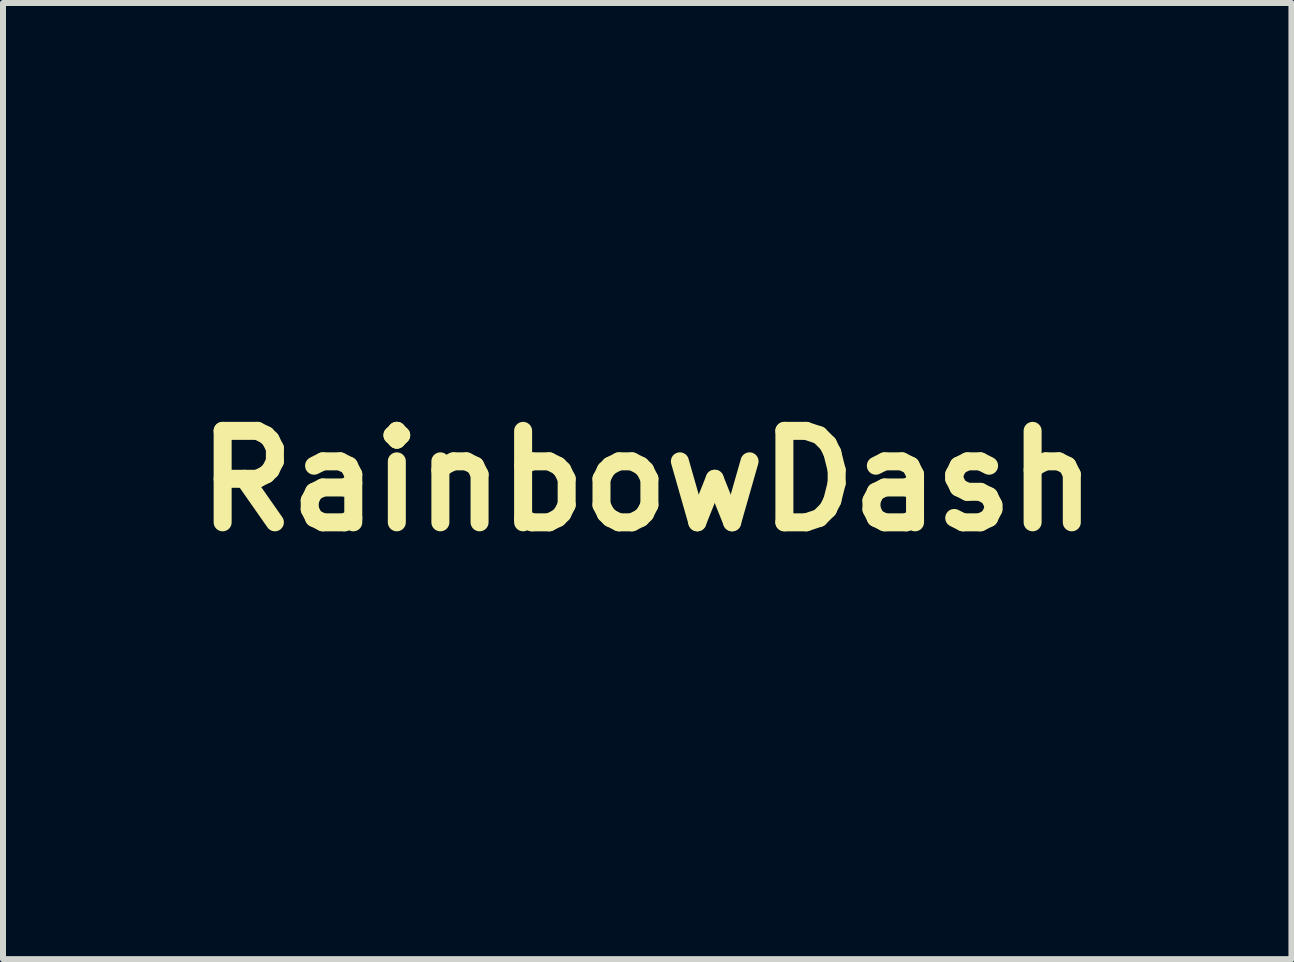
<source format=kicad_pcb>
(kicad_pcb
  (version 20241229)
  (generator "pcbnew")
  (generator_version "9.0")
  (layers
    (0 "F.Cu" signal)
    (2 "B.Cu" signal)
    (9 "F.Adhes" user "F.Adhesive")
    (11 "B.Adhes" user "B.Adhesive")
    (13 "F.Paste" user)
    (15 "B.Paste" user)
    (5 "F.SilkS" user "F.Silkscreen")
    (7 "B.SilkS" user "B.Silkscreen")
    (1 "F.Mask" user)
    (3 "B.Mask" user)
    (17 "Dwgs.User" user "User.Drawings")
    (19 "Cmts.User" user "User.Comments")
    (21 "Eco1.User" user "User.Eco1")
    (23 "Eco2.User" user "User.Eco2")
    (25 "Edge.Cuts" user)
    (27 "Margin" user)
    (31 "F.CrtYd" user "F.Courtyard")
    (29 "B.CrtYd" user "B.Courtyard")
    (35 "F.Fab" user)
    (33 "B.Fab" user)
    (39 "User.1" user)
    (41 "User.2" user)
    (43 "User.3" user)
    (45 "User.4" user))
  (footprint "RainbowDash"
    (layer "F.Cu")
    (at 7.736 4.965)
    (property "Reference" "RainbowDash" (at 0 0 0) (layer "F.SilkS") (effects (font (size 1.524 1.524) (thickness 0.3))))
    (attr through_hole)
    (fp_poly (pts (xy 0.09 1.2) (xy 0.095 1.206) (xy 0.099 1.216) (xy 0.1 1.225) (xy 0.103 1.245) (xy 0.109 1.267) (xy 0.115 1.287) (xy 0.12 1.298) (xy 0.132 1.317) (xy 0.149 1.336) (xy 0.17 1.353) (xy 0.197 1.37) (xy 0.229 1.386) (xy 0.25 1.396) (xy 0.261 1.401) (xy 0.269 1.404) (xy 0.273 1.407) (xy 0.276 1.41) (xy 0.276 1.413) (xy 0.276 1.419) (xy 0.271 1.422) (xy 0.271 1.422) (xy 0.267 1.423) (xy 0.258 1.425) (xy 0.246 1.426) (xy 0.231 1.428) (xy 0.214 1.431) (xy 0.196 1.433) (xy 0.177 1.435) (xy 0.159 1.437) (xy 0.141 1.439) (xy 0.125 1.44) (xy 0.111 1.442) (xy 0.101 1.442) (xy 0.095 1.443) (xy 0.085 1.442) (xy 0.074 1.44) (xy 0.069 1.439) (xy 0.052 1.431) (xy 0.037 1.421) (xy 0.026 1.407) (xy 0.017 1.392) (xy 0.013 1.375) (xy 0.013 1.37) (xy 0.013 1.365) (xy 0.014 1.359) (xy 0.016 1.352) (xy 0.019 1.343) (xy 0.023 1.332) (xy 0.028 1.317) (xy 0.035 1.298) (xy 0.042 1.281) (xy 0.049 1.262) (xy 0.056 1.245) (xy 0.062 1.23) (xy 0.068 1.218) (xy 0.072 1.208) (xy 0.075 1.203) (xy 0.075 1.202) (xy 0.083 1.199) (xy 0.09 1.2)) (stroke (width 0.01) (type solid)) (fill yes) (layer "F.Mask"))
    (fp_poly (pts (xy -0.886 -4.185) (xy -0.884 -4.182) (xy -0.885 -4.18) (xy -0.888 -4.176) (xy -0.893 -4.17) (xy -0.9 -4.161) (xy -0.91 -4.151) (xy -0.924 -4.137) (xy -0.94 -4.121) (xy -0.959 -4.102) (xy -1.008 -4.052) (xy -1.054 -4.006) (xy -1.095 -3.962) (xy -1.133 -3.921) (xy -1.156 -3.895) (xy -1.173 -3.875) (xy -1.188 -3.858) (xy -1.201 -3.842) (xy -1.213 -3.827) (xy -1.225 -3.811) (xy -1.237 -3.793) (xy -1.248 -3.778) (xy -1.268 -3.749) (xy -1.286 -3.724) (xy -1.302 -3.701) (xy -1.316 -3.681) (xy -1.33 -3.662) (xy -1.344 -3.644) (xy -1.358 -3.627) (xy -1.372 -3.609) (xy -1.388 -3.589) (xy -1.405 -3.568) (xy -1.408 -3.565) (xy -1.426 -3.543) (xy -1.445 -3.518) (xy -1.465 -3.492) (xy -1.485 -3.466) (xy -1.504 -3.441) (xy -1.522 -3.416) (xy -1.538 -3.395) (xy -1.548 -3.379) (xy -1.555 -3.368) (xy -1.564 -3.353) (xy -1.575 -3.334) (xy -1.587 -3.311) (xy -1.6 -3.285) (xy -1.615 -3.257) (xy -1.631 -3.226) (xy -1.647 -3.193) (xy -1.664 -3.159) (xy -1.681 -3.124) (xy -1.698 -3.088) (xy -1.716 -3.052) (xy -1.733 -3.016) (xy -1.749 -2.98) (xy -1.765 -2.945) (xy -1.774 -2.927) (xy -1.792 -2.886) (xy -1.812 -2.84) (xy -1.833 -2.792) (xy -1.854 -2.742) (xy -1.875 -2.692) (xy -1.896 -2.642) (xy -1.915 -2.594) (xy -1.929 -2.56) (xy -1.936 -2.542) (xy -1.942 -2.529) (xy -1.946 -2.52) (xy -1.95 -2.513) (xy -1.952 -2.509) (xy -1.955 -2.507) (xy -1.955 -2.507) (xy -1.961 -2.505) (xy -1.965 -2.505) (xy -1.97 -2.508) (xy -1.972 -2.51) (xy -1.977 -2.515) (xy -1.979 -2.519) (xy -1.979 -2.519) (xy -1.978 -2.523) (xy -1.976 -2.531) (xy -1.973 -2.543) (xy -1.97 -2.558) (xy -1.965 -2.576) (xy -1.96 -2.596) (xy -1.955 -2.618) (xy -1.949 -2.64) (xy -1.943 -2.663) (xy -1.938 -2.686) (xy -1.932 -2.708) (xy -1.926 -2.729) (xy -1.921 -2.748) (xy -1.917 -2.765) (xy -1.913 -2.778) (xy -1.911 -2.784) (xy -1.901 -2.817) (xy -1.891 -2.852) (xy -1.879 -2.889) (xy -1.865 -2.929) (xy -1.851 -2.971) (xy -1.834 -3.017) (xy -1.816 -3.066) (xy -1.798 -3.114) (xy -1.776 -3.174) (xy -1.755 -3.229) (xy -1.734 -3.281) (xy -1.715 -3.329) (xy -1.697 -3.374) (xy -1.68 -3.414) (xy -1.665 -3.449) (xy -1.651 -3.481) (xy -1.638 -3.508) (xy -1.626 -3.531) (xy -1.616 -3.548) (xy -1.608 -3.562) (xy -1.607 -3.563) (xy -1.592 -3.582) (xy -1.573 -3.604) (xy -1.551 -3.628) (xy -1.525 -3.655) (xy -1.496 -3.684) (xy -1.465 -3.714) (xy -1.431 -3.747) (xy -1.395 -3.78) (xy -1.357 -3.814) (xy -1.317 -3.85) (xy -1.276 -3.885) (xy -1.234 -3.921) (xy -1.191 -3.957) (xy -1.147 -3.993) (xy -1.104 -4.029) (xy -1.06 -4.063) (xy -1.041 -4.078) (xy -1.014 -4.099) (xy -0.99 -4.118) (xy -0.967 -4.135) (xy -0.946 -4.15) (xy -0.929 -4.163) (xy -0.914 -4.173) (xy -0.903 -4.181) (xy -0.894 -4.186) (xy -0.89 -4.188) (xy -0.889 -4.188) (xy -0.886 -4.185)) (stroke (width 0.01) (type solid)) (fill yes) (layer "F.Mask"))
    (fp_poly (pts (xy -2.549 -1.946) (xy -2.538 -1.94) (xy -2.538 -1.94) (xy -2.533 -1.936) (xy -2.527 -1.927) (xy -2.518 -1.915) (xy -2.508 -1.898) (xy -2.495 -1.878) (xy -2.481 -1.853) (xy -2.464 -1.824) (xy -2.446 -1.79) (xy -2.425 -1.752) (xy -2.402 -1.71) (xy -2.378 -1.664) (xy -2.351 -1.612) (xy -2.342 -1.595) (xy -2.326 -1.566) (xy -2.313 -1.54) (xy -2.302 -1.519) (xy -2.292 -1.5) (xy -2.284 -1.485) (xy -2.277 -1.473) (xy -2.271 -1.463) (xy -2.266 -1.454) (xy -2.262 -1.448) (xy -2.259 -1.443) (xy -2.255 -1.438) (xy -2.252 -1.434) (xy -2.248 -1.43) (xy -2.247 -1.428) (xy -2.244 -1.425) (xy -2.237 -1.419) (xy -2.227 -1.409) (xy -2.214 -1.396) (xy -2.197 -1.38) (xy -2.178 -1.362) (xy -2.156 -1.34) (xy -2.13 -1.315) (xy -2.102 -1.288) (xy -2.072 -1.259) (xy -2.039 -1.227) (xy -2.004 -1.192) (xy -1.966 -1.156) (xy -1.926 -1.118) (xy -1.885 -1.077) (xy -1.841 -1.035) (xy -1.796 -0.991) (xy -1.749 -0.946) (xy -1.701 -0.899) (xy -1.651 -0.851) (xy -1.6 -0.801) (xy -1.548 -0.751) (xy -1.495 -0.699) (xy -1.44 -0.647) (xy -1.412 -0.62) (xy -1.347 -0.556) (xy -1.285 -0.497) (xy -1.227 -0.44) (xy -1.172 -0.387) (xy -1.12 -0.337) (xy -1.071 -0.29) (xy -1.026 -0.246) (xy -0.983 -0.204) (xy -0.943 -0.166) (xy -0.906 -0.13) (xy -0.871 -0.097) (xy -0.839 -0.066) (xy -0.81 -0.037) (xy -0.783 -0.011) (xy -0.758 0.013) (xy -0.735 0.035) (xy -0.714 0.055) (xy -0.695 0.073) (xy -0.678 0.09) (xy -0.662 0.104) (xy -0.648 0.117) (xy -0.636 0.129) (xy -0.625 0.139) (xy -0.615 0.148) (xy -0.607 0.156) (xy -0.599 0.163) (xy -0.593 0.169) (xy -0.587 0.174) (xy -0.583 0.178) (xy -0.579 0.181) (xy -0.575 0.184) (xy -0.572 0.186) (xy -0.569 0.188) (xy -0.568 0.189) (xy -0.545 0.204) (xy -0.52 0.217) (xy -0.496 0.228) (xy -0.473 0.237) (xy -0.467 0.239) (xy -0.454 0.243) (xy -0.44 0.245) (xy -0.424 0.245) (xy -0.424 0.245) (xy -0.412 0.245) (xy -0.404 0.244) (xy -0.396 0.243) (xy -0.389 0.24) (xy -0.383 0.237) (xy -0.359 0.223) (xy -0.334 0.205) (xy -0.309 0.182) (xy -0.282 0.153) (xy -0.255 0.12) (xy -0.234 0.091) (xy -0.227 0.083) (xy -0.222 0.076) (xy -0.218 0.071) (xy -0.217 0.07) (xy -0.211 0.069) (xy -0.203 0.07) (xy -0.196 0.073) (xy -0.192 0.076) (xy -0.19 0.079) (xy -0.189 0.082) (xy -0.189 0.087) (xy -0.189 0.093) (xy -0.19 0.102) (xy -0.192 0.115) (xy -0.2 0.163) (xy -0.21 0.207) (xy -0.223 0.247) (xy -0.24 0.283) (xy -0.259 0.316) (xy -0.282 0.346) (xy -0.308 0.373) (xy -0.337 0.397) (xy -0.354 0.409) (xy -0.378 0.424) (xy -0.401 0.434) (xy -0.421 0.44) (xy -0.441 0.442) (xy -0.461 0.439) (xy -0.465 0.438) (xy -0.48 0.434) (xy -0.497 0.427) (xy -0.514 0.418) (xy -0.529 0.409) (xy -0.534 0.406) (xy -0.538 0.403) (xy -0.544 0.397) (xy -0.554 0.387) (xy -0.567 0.375) (xy -0.583 0.36) (xy -0.601 0.343) (xy -0.621 0.323) (xy -0.643 0.302) (xy -0.667 0.278) (xy -0.693 0.254) (xy -0.719 0.227) (xy -0.747 0.2) (xy -0.775 0.173) (xy -0.804 0.145) (xy -0.831 0.118) (xy -0.858 0.092) (xy -0.882 0.068) (xy -0.906 0.046) (xy -0.927 0.025) (xy -0.946 0.007) (xy -0.963 -0.01) (xy -0.978 -0.023) (xy -0.989 -0.034) (xy -0.998 -0.043) (xy -1.004 -0.048) (xy -1.006 -0.049) (xy -1.006 -0.049) (xy -1.007 -0.046) (xy -1.008 -0.039) (xy -1.01 -0.029) (xy -1.01 -0.025) (xy -1.018 0.014) (xy -1.028 0.056) (xy -1.042 0.1) (xy -1.058 0.145) (xy -1.077 0.189) (xy -1.097 0.233) (xy -1.12 0.275) (xy -1.137 0.304) (xy -1.148 0.32) (xy -1.16 0.339) (xy -1.174 0.358) (xy -1.188 0.379) (xy -1.204 0.401) (xy -1.219 0.422) (xy -1.235 0.444) (xy -1.25 0.464) (xy -1.265 0.484) (xy -1.278 0.502) (xy -1.291 0.518) (xy -1.302 0.531) (xy -1.311 0.542) (xy -1.318 0.55) (xy -1.322 0.554) (xy -1.323 0.554) (xy -1.327 0.555) (xy -1.335 0.555) (xy -1.347 0.556) (xy -1.362 0.556) (xy -1.378 0.556) (xy -1.395 0.556) (xy -1.412 0.555) (xy -1.428 0.555) (xy -1.443 0.554) (xy -1.456 0.554) (xy -1.459 0.553) (xy -1.486 0.551) (xy -1.513 0.547) (xy -1.541 0.541) (xy -1.57 0.534) (xy -1.602 0.525) (xy -1.637 0.514) (xy -1.642 0.512) (xy -1.703 0.49) (xy -1.762 0.466) (xy -1.819 0.441) (xy -1.872 0.414) (xy -1.921 0.386) (xy -1.956 0.364) (xy -2.004 0.33) (xy -2.051 0.29) (xy -2.098 0.245) (xy -2.143 0.196) (xy -2.187 0.141) (xy -2.231 0.082) (xy -2.252 0.051) (xy -2.27 0.023) (xy -2.286 -0.003) (xy -2.302 -0.03) (xy -2.318 -0.059) (xy -2.334 -0.089) (xy -2.351 -0.123) (xy -2.352 -0.125) (xy -2.361 -0.144) (xy -1.345 -0.144) (xy -1.344 -0.119) (xy -1.344 -0.116) (xy -1.338 -0.089) (xy -1.328 -0.065) (xy -1.315 -0.042) (xy -1.299 -0.023) (xy -1.28 -0.007) (xy -1.259 0.005) (xy -1.239 0.012) (xy -1.224 0.014) (xy -1.21 0.015) (xy -1.196 0.012) (xy -1.193 0.011) (xy -1.172 0.004) (xy -1.154 -0.007) (xy -1.136 -0.022) (xy -1.122 -0.039) (xy -1.11 -0.059) (xy -1.1 -0.083) (xy -1.093 -0.111) (xy -1.091 -0.117) (xy -1.088 -0.134) (xy -1.169 -0.212) (xy -1.185 -0.229) (xy -1.201 -0.244) (xy -1.216 -0.258) (xy -1.228 -0.27) (xy -1.239 -0.279) (xy -1.247 -0.286) (xy -1.252 -0.291) (xy -1.253 -0.292) (xy -1.257 -0.29) (xy -1.263 -0.286) (xy -1.271 -0.278) (xy -1.28 -0.269) (xy -1.29 -0.259) (xy -1.299 -0.249) (xy -1.308 -0.239) (xy -1.314 -0.23) (xy -1.318 -0.225) (xy -1.331 -0.198) (xy -1.34 -0.171) (xy -1.345 -0.144) (xy -2.361 -0.144) (xy -2.396 -0.216) (xy -2.435 -0.305) (xy -2.47 -0.393) (xy -2.5 -0.479) (xy -2.526 -0.565) (xy -2.544 -0.636) (xy -1.845 -0.636) (xy -1.845 -0.611) (xy -1.844 -0.587) (xy -1.842 -0.566) (xy -1.839 -0.555) (xy -1.829 -0.514) (xy -1.814 -0.476) (xy -1.795 -0.439) (xy -1.773 -0.406) (xy -1.748 -0.376) (xy -1.736 -0.363) (xy -1.72 -0.35) (xy -1.701 -0.338) (xy -1.679 -0.327) (xy -1.655 -0.316) (xy -1.631 -0.308) (xy -1.607 -0.302) (xy -1.597 -0.3) (xy -1.584 -0.299) (xy -1.568 -0.298) (xy -1.551 -0.299) (xy -1.534 -0.299) (xy -1.519 -0.301) (xy -1.508 -0.303) (xy -1.507 -0.303) (xy -1.481 -0.313) (xy -1.457 -0.327) (xy -1.436 -0.344) (xy -1.418 -0.366) (xy -1.405 -0.39) (xy -1.398 -0.407) (xy -1.392 -0.425) (xy -1.405 -0.438) (xy -1.409 -0.442) (xy -1.416 -0.449) (xy -1.426 -0.459) (xy -1.439 -0.471) (xy -1.455 -0.487) (xy -1.472 -0.504) (xy -1.492 -0.524) (xy -1.514 -0.545) (xy -1.537 -0.568) (xy -1.562 -0.592) (xy -1.587 -0.617) (xy -1.607 -0.636) (xy -1.796 -0.821) (xy -1.806 -0.801) (xy -1.816 -0.779) (xy -1.825 -0.754) (xy -1.833 -0.728) (xy -1.839 -0.703) (xy -1.843 -0.684) (xy -1.845 -0.661) (xy -1.845 -0.636) (xy -2.544 -0.636) (xy -2.547 -0.649) (xy -2.563 -0.732) (xy -2.576 -0.814) (xy -2.578 -0.838) (xy -2.579 -0.849) (xy -2.58 -0.863) (xy -2.581 -0.88) (xy -2.581 -0.899) (xy -2.582 -0.918) (xy -2.582 -0.925) (xy -2.582 -0.945) (xy -2.582 -0.959) (xy -2.583 -0.97) (xy -2.583 -0.978) (xy -2.584 -0.984) (xy -2.585 -0.987) (xy -2.586 -0.989) (xy -2.587 -0.991) (xy -2.59 -0.993) (xy -2.597 -0.997) (xy -2.607 -1.004) (xy -2.621 -1.013) (xy -2.638 -1.024) (xy -2.658 -1.036) (xy -2.68 -1.05) (xy -2.704 -1.065) (xy -2.73 -1.082) (xy -2.757 -1.099) (xy -2.785 -1.116) (xy -2.814 -1.134) (xy -2.841 -1.152) (xy -2.867 -1.168) (xy -2.891 -1.183) (xy -2.913 -1.197) (xy -2.933 -1.21) (xy -2.95 -1.22) (xy -2.964 -1.229) (xy -2.974 -1.236) (xy -2.981 -1.24) (xy -2.984 -1.242) (xy -2.993 -1.251) (xy -2.998 -1.263) (xy -3 -1.272) (xy -2.997 -1.283) (xy -2.991 -1.292) (xy -2.98 -1.299) (xy -2.966 -1.303) (xy -2.949 -1.305) (xy -2.938 -1.305) (xy -2.932 -1.305) (xy -2.927 -1.304) (xy -2.922 -1.303) (xy -2.917 -1.302) (xy -2.911 -1.3) (xy -2.903 -1.297) (xy -2.894 -1.293) (xy -2.883 -1.288) (xy -2.869 -1.282) (xy -2.852 -1.274) (xy -2.832 -1.264) (xy -2.808 -1.252) (xy -2.785 -1.241) (xy -2.74 -1.218) (xy -2.698 -1.196) (xy -2.66 -1.175) (xy -2.63 -1.157) (xy -2.61 -1.145) (xy -2.594 -1.136) (xy -2.581 -1.128) (xy -2.57 -1.123) (xy -2.562 -1.12) (xy -2.556 -1.118) (xy -2.551 -1.118) (xy -2.546 -1.119) (xy -2.542 -1.121) (xy -2.539 -1.123) (xy -2.529 -1.131) (xy -2.519 -1.142) (xy -2.511 -1.155) (xy -2.504 -1.169) (xy -2.502 -1.176) (xy -2.5 -1.185) (xy -2.501 -1.194) (xy -2.502 -1.196) (xy -2.505 -1.2) (xy -2.511 -1.209) (xy -2.521 -1.221) (xy -2.534 -1.236) (xy -2.55 -1.254) (xy -2.564 -1.27) (xy -2.598 -1.307) (xy -2.631 -1.345) (xy -2.664 -1.381) (xy -2.695 -1.416) (xy -2.725 -1.449) (xy -2.753 -1.481) (xy -2.78 -1.511) (xy -2.804 -1.539) (xy -2.826 -1.564) (xy -2.845 -1.586) (xy -2.862 -1.605) (xy -2.875 -1.621) (xy -2.881 -1.628) (xy -2.893 -1.642) (xy -2.901 -1.653) (xy -2.906 -1.663) (xy -2.909 -1.672) (xy -2.911 -1.682) (xy -2.911 -1.688) (xy -2.909 -1.704) (xy -2.903 -1.719) (xy -2.895 -1.731) (xy -2.884 -1.74) (xy -2.871 -1.746) (xy -2.858 -1.747) (xy -2.846 -1.745) (xy -2.842 -1.742) (xy -2.834 -1.736) (xy -2.823 -1.727) (xy -2.81 -1.715) (xy -2.794 -1.7) (xy -2.776 -1.683) (xy -2.756 -1.663) (xy -2.734 -1.642) (xy -2.71 -1.619) (xy -2.686 -1.595) (xy -2.661 -1.569) (xy -2.635 -1.543) (xy -2.608 -1.516) (xy -2.582 -1.489) (xy -2.555 -1.462) (xy -2.529 -1.435) (xy -2.505 -1.409) (xy -2.487 -1.391) (xy -2.473 -1.376) (xy -2.461 -1.364) (xy -2.451 -1.354) (xy -2.443 -1.347) (xy -2.436 -1.342) (xy -2.43 -1.339) (xy -2.425 -1.337) (xy -2.42 -1.336) (xy -2.414 -1.336) (xy -2.412 -1.336) (xy -2.401 -1.338) (xy -2.391 -1.344) (xy -2.385 -1.352) (xy -2.384 -1.356) (xy -2.383 -1.359) (xy -2.384 -1.362) (xy -2.384 -1.366) (xy -2.385 -1.371) (xy -2.388 -1.377) (xy -2.391 -1.386) (xy -2.395 -1.396) (xy -2.4 -1.409) (xy -2.407 -1.425) (xy -2.415 -1.444) (xy -2.425 -1.466) (xy -2.437 -1.492) (xy -2.45 -1.522) (xy -2.461 -1.546) (xy -2.479 -1.586) (xy -2.494 -1.621) (xy -2.508 -1.653) (xy -2.521 -1.681) (xy -2.532 -1.707) (xy -2.542 -1.73) (xy -2.551 -1.752) (xy -2.559 -1.773) (xy -2.567 -1.793) (xy -2.574 -1.812) (xy -2.578 -1.822) (xy -2.583 -1.835) (xy -2.586 -1.845) (xy -2.589 -1.854) (xy -2.59 -1.861) (xy -2.591 -1.869) (xy -2.591 -1.879) (xy -2.591 -1.886) (xy -2.591 -1.901) (xy -2.59 -1.912) (xy -2.588 -1.92) (xy -2.584 -1.927) (xy -2.579 -1.933) (xy -2.573 -1.939) (xy -2.565 -1.945) (xy -2.557 -1.947) (xy -2.549 -1.946)) (stroke (width 0.01) (type solid)) (fill yes) (layer "F.Mask"))
    (fp_poly (pts (xy -0.387 -4.96) (xy -0.361 -4.96) (xy -0.337 -4.96) (xy -0.317 -4.959) (xy -0.301 -4.958) (xy -0.301 -4.958) (xy -0.272 -4.956) (xy -0.243 -4.953) (xy -0.214 -4.95) (xy -0.186 -4.947) (xy -0.158 -4.943) (xy -0.132 -4.939) (xy -0.108 -4.935) (xy -0.087 -4.931) (xy -0.068 -4.927) (xy -0.054 -4.923) (xy -0.044 -4.92) (xy -0.042 -4.919) (xy -0.029 -4.909) (xy -0.017 -4.896) (xy -0.006 -4.879) (xy 0.004 -4.858) (xy 0.013 -4.833) (xy 0.021 -4.803) (xy 0.029 -4.769) (xy 0.035 -4.731) (xy 0.041 -4.687) (xy 0.047 -4.639) (xy 0.054 -4.568) (xy 0.059 -4.5) (xy 0.063 -4.435) (xy 0.065 -4.372) (xy 0.067 -4.31) (xy 0.067 -4.271) (xy 0.067 -4.239) (xy 0.067 -4.211) (xy 0.066 -4.185) (xy 0.066 -4.162) (xy 0.065 -4.14) (xy 0.063 -4.118) (xy 0.062 -4.094) (xy 0.059 -4.069) (xy 0.057 -4.041) (xy 0.055 -4.022) (xy 0.052 -3.997) (xy 0.05 -3.977) (xy 0.048 -3.962) (xy 0.047 -3.949) (xy 0.046 -3.94) (xy 0.046 -3.934) (xy 0.046 -3.93) (xy 0.046 -3.928) (xy 0.046 -3.927) (xy 0.047 -3.927) (xy 0.05 -3.926) (xy 0.057 -3.924) (xy 0.068 -3.922) (xy 0.083 -3.918) (xy 0.101 -3.913) (xy 0.121 -3.908) (xy 0.143 -3.903) (xy 0.166 -3.897) (xy 0.19 -3.89) (xy 0.215 -3.884) (xy 0.239 -3.878) (xy 0.263 -3.871) (xy 0.286 -3.865) (xy 0.307 -3.86) (xy 0.327 -3.855) (xy 0.343 -3.85) (xy 0.348 -3.849) (xy 0.507 -3.805) (xy 0.661 -3.759) (xy 0.81 -3.711) (xy 0.955 -3.662) (xy 1.095 -3.611) (xy 1.232 -3.558) (xy 1.364 -3.503) (xy 1.491 -3.447) (xy 1.615 -3.388) (xy 1.735 -3.328) (xy 1.852 -3.265) (xy 1.885 -3.247) (xy 1.991 -3.185) (xy 2.095 -3.12) (xy 2.195 -3.054) (xy 2.291 -2.986) (xy 2.383 -2.917) (xy 2.47 -2.847) (xy 2.475 -2.842) (xy 2.555 -2.773) (xy 2.636 -2.699) (xy 2.717 -2.621) (xy 2.797 -2.539) (xy 2.876 -2.453) (xy 2.955 -2.364) (xy 3.033 -2.272) (xy 3.109 -2.178) (xy 3.184 -2.082) (xy 3.256 -1.984) (xy 3.326 -1.885) (xy 3.393 -1.785) (xy 3.458 -1.685) (xy 3.519 -1.584) (xy 3.576 -1.483) (xy 3.63 -1.383) (xy 3.63 -1.383) (xy 3.692 -1.259) (xy 3.751 -1.133) (xy 3.807 -1.003) (xy 3.859 -0.872) (xy 3.908 -0.74) (xy 3.953 -0.607) (xy 3.994 -0.473) (xy 4.031 -0.34) (xy 4.064 -0.208) (xy 4.079 -0.14) (xy 4.084 -0.115) (xy 4.089 -0.09) (xy 4.094 -0.063) (xy 4.099 -0.037) (xy 4.104 -0.01) (xy 4.108 0.016) (xy 4.113 0.04) (xy 4.116 0.063) (xy 4.119 0.083) (xy 4.122 0.1) (xy 4.124 0.114) (xy 4.124 0.125) (xy 4.125 0.13) (xy 4.123 0.13) (xy 4.121 0.128) (xy 4.116 0.122) (xy 4.11 0.112) (xy 4.101 0.099) (xy 4.091 0.083) (xy 4.078 0.062) (xy 4.065 0.042) (xy 4.032 -0.011) (xy 4 -0.064) (xy 3.968 -0.115) (xy 3.937 -0.165) (xy 3.909 -0.213) (xy 3.882 -0.257) (xy 3.881 -0.259) (xy 3.847 -0.316) (xy 3.813 -0.371) (xy 3.778 -0.426) (xy 3.742 -0.481) (xy 3.705 -0.536) (xy 3.666 -0.593) (xy 3.624 -0.651) (xy 3.58 -0.712) (xy 3.533 -0.776) (xy 3.526 -0.786) (xy 3.513 -0.804) (xy 3.497 -0.825) (xy 3.48 -0.849) (xy 3.463 -0.873) (xy 3.445 -0.898) (xy 3.427 -0.923) (xy 3.411 -0.946) (xy 3.41 -0.947) (xy 3.387 -0.979) (xy 3.368 -1.007) (xy 3.35 -1.031) (xy 3.335 -1.053) (xy 3.322 -1.071) (xy 3.31 -1.088) (xy 3.299 -1.102) (xy 3.289 -1.115) (xy 3.28 -1.127) (xy 3.272 -1.138) (xy 3.264 -1.147) (xy 3.253 -1.159) (xy 3.241 -1.172) (xy 3.227 -1.187) (xy 3.212 -1.203) (xy 3.197 -1.218) (xy 3.183 -1.232) (xy 3.17 -1.244) (xy 3.159 -1.255) (xy 3.15 -1.262) (xy 3.15 -1.262) (xy 3.139 -1.271) (xy 3.145 -1.257) (xy 3.159 -1.22) (xy 3.173 -1.179) (xy 3.189 -1.133) (xy 3.204 -1.085) (xy 3.22 -1.033) (xy 3.235 -0.979) (xy 3.251 -0.924) (xy 3.266 -0.867) (xy 3.28 -0.809) (xy 3.294 -0.752) (xy 3.308 -0.694) (xy 3.309 -0.687) (xy 3.338 -0.552) (xy 3.362 -0.42) (xy 3.384 -0.29) (xy 3.401 -0.162) (xy 3.415 -0.037) (xy 3.425 0.085) (xy 3.431 0.205) (xy 3.434 0.322) (xy 3.433 0.435) (xy 3.428 0.545) (xy 3.421 0.631) (xy 3.41 0.733) (xy 3.395 0.837) (xy 3.375 0.944) (xy 3.351 1.053) (xy 3.324 1.164) (xy 3.293 1.277) (xy 3.257 1.392) (xy 3.218 1.508) (xy 3.175 1.626) (xy 3.129 1.744) (xy 3.079 1.863) (xy 3.061 1.905) (xy 3.054 1.921) (xy 3.046 1.938) (xy 3.037 1.958) (xy 3.027 1.979) (xy 3.017 2) (xy 3.007 2.022) (xy 2.997 2.044) (xy 2.987 2.065) (xy 2.977 2.085) (xy 2.968 2.104) (xy 2.961 2.12) (xy 2.954 2.133) (xy 2.949 2.144) (xy 2.945 2.151) (xy 2.943 2.154) (xy 2.943 2.154) (xy 2.943 2.152) (xy 2.944 2.145) (xy 2.945 2.137) (xy 2.945 2.133) (xy 2.948 2.111) (xy 2.951 2.085) (xy 2.954 2.054) (xy 2.957 2.02) (xy 2.96 1.983) (xy 2.963 1.943) (xy 2.966 1.901) (xy 2.967 1.875) (xy 2.968 1.859) (xy 2.969 1.838) (xy 2.969 1.815) (xy 2.97 1.789) (xy 2.97 1.76) (xy 2.97 1.73) (xy 2.97 1.699) (xy 2.971 1.667) (xy 2.97 1.636) (xy 2.97 1.605) (xy 2.97 1.576) (xy 2.97 1.548) (xy 2.969 1.523) (xy 2.969 1.502) (xy 2.968 1.484) (xy 2.967 1.47) (xy 2.967 1.467) (xy 2.965 1.441) (xy 2.962 1.415) (xy 2.96 1.387) (xy 2.956 1.357) (xy 2.952 1.324) (xy 2.947 1.289) (xy 2.942 1.249) (xy 2.936 1.206) (xy 2.931 1.171) (xy 2.927 1.139) (xy 2.922 1.103) (xy 2.917 1.065) (xy 2.912 1.026) (xy 2.907 0.987) (xy 2.902 0.95) (xy 2.898 0.916) (xy 2.896 0.894) (xy 2.889 0.838) (xy 2.883 0.786) (xy 2.878 0.739) (xy 2.872 0.696) (xy 2.868 0.657) (xy 2.863 0.622) (xy 2.859 0.59) (xy 2.854 0.561) (xy 2.85 0.534) (xy 2.846 0.51) (xy 2.842 0.488) (xy 2.838 0.468) (xy 2.835 0.449) (xy 2.831 0.431) (xy 2.826 0.415) (xy 2.825 0.408) (xy 2.821 0.395) (xy 2.818 0.384) (xy 2.815 0.375) (xy 2.813 0.371) (xy 2.812 0.368) (xy 2.811 0.366) (xy 2.81 0.368) (xy 2.81 0.373) (xy 2.809 0.381) (xy 2.809 0.394) (xy 2.809 0.397) (xy 2.808 0.436) (xy 2.804 0.48) (xy 2.798 0.526) (xy 2.79 0.576) (xy 2.779 0.627) (xy 2.767 0.68) (xy 2.753 0.733) (xy 2.737 0.788) (xy 2.719 0.841) (xy 2.701 0.894) (xy 2.685 0.937) (xy 2.666 0.981) (xy 2.646 1.026) (xy 2.624 1.071) (xy 2.602 1.113) (xy 2.58 1.152) (xy 2.574 1.163) (xy 2.568 1.173) (xy 2.56 1.187) (xy 2.549 1.203) (xy 2.537 1.222) (xy 2.524 1.242) (xy 2.51 1.264) (xy 2.495 1.286) (xy 2.484 1.303) (xy 2.457 1.344) (xy 2.433 1.382) (xy 2.411 1.416) (xy 2.392 1.448) (xy 2.374 1.476) (xy 2.359 1.503) (xy 2.345 1.528) (xy 2.333 1.552) (xy 2.322 1.575) (xy 2.312 1.597) (xy 2.303 1.62) (xy 2.299 1.628) (xy 2.291 1.651) (xy 2.283 1.673) (xy 2.276 1.694) (xy 2.27 1.715) (xy 2.265 1.738) (xy 2.26 1.762) (xy 2.255 1.789) (xy 2.251 1.82) (xy 2.247 1.847) (xy 2.228 1.991) (xy 2.215 2.134) (xy 2.205 2.275) (xy 2.2 2.413) (xy 2.2 2.549) (xy 2.204 2.683) (xy 2.213 2.815) (xy 2.219 2.877) (xy 2.229 2.963) (xy 2.24 3.046) (xy 2.253 3.125) (xy 2.268 3.2) (xy 2.285 3.271) (xy 2.286 3.275) (xy 2.29 3.291) (xy 2.294 3.305) (xy 2.297 3.316) (xy 2.299 3.325) (xy 2.3 3.33) (xy 2.3 3.33) (xy 2.299 3.33) (xy 2.294 3.327) (xy 2.287 3.32) (xy 2.277 3.31) (xy 2.264 3.298) (xy 2.248 3.282) (xy 2.231 3.264) (xy 2.211 3.243) (xy 2.189 3.22) (xy 2.166 3.196) (xy 2.162 3.191) (xy 2.07 3.091) (xy 1.98 2.989) (xy 1.892 2.887) (xy 1.808 2.783) (xy 1.726 2.679) (xy 1.647 2.575) (xy 1.571 2.471) (xy 1.498 2.367) (xy 1.429 2.263) (xy 1.364 2.16) (xy 1.302 2.058) (xy 1.244 1.957) (xy 1.191 1.858) (xy 1.142 1.76) (xy 1.112 1.697) (xy 1.088 1.643) (xy 1.063 1.585) (xy 1.037 1.522) (xy 1.011 1.454) (xy 0.983 1.382) (xy 0.955 1.305) (xy 0.925 1.223) (xy 0.895 1.137) (xy 0.864 1.046) (xy 0.849 1.002) (xy 0.805 0.87) (xy 0.8 0.883) (xy 0.792 0.901) (xy 0.786 0.915) (xy 0.781 0.926) (xy 0.777 0.934) (xy 0.773 0.94) (xy 0.77 0.945) (xy 0.767 0.948) (xy 0.763 0.952) (xy 0.762 0.952) (xy 0.75 0.962) (xy 0.746 1.166) (xy 0.792 1.212) (xy 0.822 1.245) (xy 0.849 1.275) (xy 0.872 1.303) (xy 0.891 1.329) (xy 0.905 1.352) (xy 0.916 1.373) (xy 0.922 1.391) (xy 0.924 1.401) (xy 0.924 1.415) (xy 0.922 1.432) (xy 0.919 1.453) (xy 0.915 1.475) (xy 0.909 1.498) (xy 0.902 1.521) (xy 0.894 1.542) (xy 0.893 1.547) (xy 0.871 1.595) (xy 0.844 1.642) (xy 0.813 1.687) (xy 0.776 1.73) (xy 0.736 1.772) (xy 0.69 1.812) (xy 0.641 1.851) (xy 0.586 1.887) (xy 0.527 1.922) (xy 0.464 1.954) (xy 0.397 1.985) (xy 0.325 2.014) (xy 0.255 2.038) (xy 0.161 2.067) (xy 0.067 2.091) (xy -0.027 2.11) (xy -0.12 2.124) (xy -0.214 2.134) (xy -0.309 2.138) (xy -0.312 2.138) (xy -0.386 2.138) (xy -0.462 2.136) (xy -0.542 2.131) (xy -0.623 2.124) (xy -0.706 2.115) (xy -0.789 2.105) (xy -0.871 2.092) (xy -0.951 2.078) (xy -1.03 2.061) (xy -1.092 2.047) (xy -1.162 2.029) (xy -1.236 2.007) (xy -1.311 1.983) (xy -1.388 1.956) (xy -1.465 1.927) (xy -1.542 1.895) (xy -1.618 1.863) (xy -1.628 1.858) (xy -1.639 1.853) (xy -1.649 1.849) (xy -1.656 1.846) (xy -1.66 1.845) (xy -1.66 1.845) (xy -1.659 1.847) (xy -1.655 1.852) (xy -1.649 1.861) (xy -1.642 1.871) (xy -1.638 1.877) (xy -1.573 1.97) (xy -1.51 2.068) (xy -1.448 2.169) (xy -1.387 2.274) (xy -1.328 2.381) (xy -1.272 2.489) (xy -1.219 2.599) (xy -1.173 2.699) (xy -1.136 2.784) (xy -1.101 2.869) (xy -1.068 2.954) (xy -1.036 3.038) (xy -1.007 3.121) (xy -0.98 3.203) (xy -0.955 3.284) (xy -0.932 3.362) (xy -0.912 3.439) (xy -0.894 3.513) (xy -0.879 3.583) (xy -0.867 3.651) (xy -0.857 3.715) (xy -0.852 3.759) (xy -0.851 3.776) (xy -0.849 3.793) (xy -0.848 3.811) (xy -0.847 3.828) (xy -0.847 3.845) (xy -0.846 3.859) (xy -0.846 3.871) (xy -0.846 3.879) (xy -0.847 3.884) (xy -0.848 3.885) (xy -0.85 3.882) (xy -0.853 3.875) (xy -0.859 3.865) (xy -0.866 3.852) (xy -0.874 3.837) (xy -0.882 3.821) (xy -0.885 3.815) (xy -0.923 3.742) (xy -0.96 3.674) (xy -0.995 3.61) (xy -1.029 3.549) (xy -1.062 3.493) (xy -1.094 3.439) (xy -1.125 3.389) (xy -1.156 3.341) (xy -1.186 3.296) (xy -1.216 3.253) (xy -1.246 3.212) (xy -1.254 3.201) (xy -1.269 3.182) (xy -1.285 3.16) (xy -1.302 3.138) (xy -1.318 3.116) (xy -1.333 3.096) (xy -1.341 3.086) (xy -1.354 3.07) (xy -1.366 3.053) (xy -1.377 3.036) (xy -1.388 3.022) (xy -1.396 3.009) (xy -1.4 3.002) (xy -1.407 2.992) (xy -1.412 2.984) (xy -1.416 2.978) (xy -1.417 2.976) (xy -1.417 2.976) (xy -1.417 2.98) (xy -1.416 2.988) (xy -1.413 3) (xy -1.411 3.016) (xy -1.407 3.035) (xy -1.403 3.056) (xy -1.399 3.08) (xy -1.394 3.106) (xy -1.389 3.133) (xy -1.384 3.161) (xy -1.378 3.19) (xy -1.373 3.218) (xy -1.368 3.246) (xy -1.363 3.274) (xy -1.361 3.28) (xy -1.345 3.364) (xy -1.328 3.45) (xy -1.311 3.538) (xy -1.293 3.625) (xy -1.275 3.712) (xy -1.258 3.798) (xy -1.24 3.881) (xy -1.223 3.962) (xy -1.207 4.038) (xy -1.204 4.051) (xy -1.193 4.101) (xy -1.184 4.146) (xy -1.175 4.188) (xy -1.168 4.226) (xy -1.161 4.262) (xy -1.155 4.296) (xy -1.15 4.328) (xy -1.145 4.359) (xy -1.141 4.39) (xy -1.137 4.421) (xy -1.134 4.452) (xy -1.13 4.486) (xy -1.127 4.521) (xy -1.127 4.529) (xy -1.124 4.56) (xy -1.122 4.593) (xy -1.12 4.628) (xy -1.118 4.664) (xy -1.117 4.7) (xy -1.115 4.735) (xy -1.114 4.771) (xy -1.113 4.804) (xy -1.113 4.836) (xy -1.112 4.866) (xy -1.113 4.892) (xy -1.113 4.915) (xy -1.114 4.934) (xy -1.115 4.947) (xy -1.116 4.963) (xy -1.152 4.941) (xy -1.177 4.925) (xy -1.205 4.907) (xy -1.236 4.887) (xy -1.269 4.865) (xy -1.305 4.841) (xy -1.341 4.816) (xy -1.378 4.791) (xy -1.415 4.765) (xy -1.452 4.74) (xy -1.488 4.715) (xy -1.521 4.691) (xy -1.532 4.684) (xy -1.665 4.587) (xy -1.795 4.49) (xy -1.923 4.391) (xy -2.047 4.292) (xy -2.167 4.192) (xy -2.284 4.092) (xy -2.397 3.991) (xy -2.506 3.89) (xy -2.611 3.789) (xy -2.712 3.688) (xy -2.809 3.588) (xy -2.901 3.488) (xy -2.988 3.388) (xy -3.07 3.289) (xy -3.092 3.262) (xy -3.188 3.138) (xy -3.28 3.014) (xy -3.366 2.889) (xy -3.448 2.763) (xy -3.525 2.637) (xy -3.587 2.53) (xy -3.643 2.426) (xy -3.697 2.32) (xy -3.748 2.212) (xy -3.797 2.103) (xy -3.843 1.994) (xy -3.886 1.885) (xy -3.926 1.777) (xy -3.961 1.67) (xy -3.979 1.614) (xy -4 1.54) (xy -4.019 1.462) (xy -4.037 1.381) (xy -4.053 1.297) (xy -4.068 1.208) (xy -4.081 1.116) (xy -4.092 1.02) (xy -4.096 0.983) (xy -3.876 0.983) (xy -3.876 0.992) (xy -3.875 1.004) (xy -3.875 1.019) (xy -3.875 1.035) (xy -3.874 1.052) (xy -3.873 1.07) (xy -3.872 1.087) (xy -3.872 1.103) (xy -3.871 1.117) (xy -3.87 1.129) (xy -3.87 1.129) (xy -3.867 1.161) (xy -3.863 1.191) (xy -3.86 1.221) (xy -3.855 1.251) (xy -3.851 1.28) (xy -3.845 1.309) (xy -3.839 1.339) (xy -3.832 1.37) (xy -3.824 1.402) (xy -3.815 1.435) (xy -3.805 1.47) (xy -3.793 1.507) (xy -3.781 1.546) (xy -3.767 1.588) (xy -3.752 1.633) (xy -3.735 1.681) (xy -3.716 1.733) (xy -3.696 1.789) (xy -3.674 1.849) (xy -3.662 1.881) (xy -3.641 1.937) (xy -3.622 1.989) (xy -3.604 2.037) (xy -3.586 2.081) (xy -3.57 2.123) (xy -3.555 2.162) (xy -3.539 2.199) (xy -3.524 2.234) (xy -3.51 2.268) (xy -3.495 2.302) (xy -3.479 2.335) (xy -3.464 2.369) (xy -3.447 2.403) (xy -3.43 2.438) (xy -3.411 2.475) (xy -3.406 2.485) (xy -3.359 2.575) (xy -3.312 2.661) (xy -3.264 2.742) (xy -3.214 2.82) (xy -3.162 2.896) (xy -3.108 2.969) (xy -3.052 3.041) (xy -2.993 3.112) (xy -2.975 3.133) (xy -2.944 3.168) (xy -2.909 3.206) (xy -2.871 3.247) (xy -2.829 3.291) (xy -2.783 3.338) (xy -2.734 3.388) (xy -2.681 3.441) (xy -2.626 3.497) (xy -2.616 3.507) (xy -2.579 3.543) (xy -2.545 3.576) (xy -2.513 3.607) (xy -2.484 3.636) (xy -2.455 3.663) (xy -2.427 3.69) (xy -2.399 3.716) (xy -2.371 3.742) (xy -2.341 3.769) (xy -2.31 3.797) (xy -2.295 3.81) (xy -2.27 3.833) (xy -2.248 3.852) (xy -2.23 3.868) (xy -2.215 3.881) (xy -2.203 3.891) (xy -2.194 3.899) (xy -2.187 3.905) (xy -2.182 3.909) (xy -2.179 3.91) (xy -2.177 3.911) (xy -2.177 3.91) (xy -2.178 3.907) (xy -2.18 3.9) (xy -2.182 3.889) (xy -2.186 3.876) (xy -2.191 3.86) (xy -2.193 3.851) (xy -2.235 3.718) (xy -2.281 3.587) (xy -2.332 3.458) (xy -2.387 3.332) (xy -2.447 3.209) (xy -2.511 3.088) (xy -2.58 2.969) (xy -2.653 2.853) (xy -2.658 2.845) (xy -2.681 2.81) (xy -2.704 2.776) (xy -2.727 2.743) (xy -2.752 2.708) (xy -2.777 2.673) (xy -2.804 2.637) (xy -2.833 2.599) (xy -2.864 2.559) (xy -2.897 2.516) (xy -2.933 2.47) (xy -2.961 2.435) (xy -2.991 2.398) (xy -3.018 2.364) (xy -3.044 2.332) (xy -3.068 2.303) (xy -3.092 2.275) (xy -3.115 2.247) (xy -3.139 2.22) (xy -3.163 2.192) (xy -3.189 2.164) (xy -3.217 2.134) (xy -3.247 2.101) (xy -3.279 2.066) (xy -3.296 2.049) (xy -3.321 2.021) (xy -3.343 1.997) (xy -3.363 1.976) (xy -3.38 1.957) (xy -3.396 1.94) (xy -3.41 1.924) (xy -3.422 1.908) (xy -3.435 1.894) (xy -3.447 1.878) (xy -3.459 1.863) (xy -3.472 1.846) (xy -3.476 1.841) (xy -3.532 1.762) (xy -3.585 1.679) (xy -3.635 1.593) (xy -3.682 1.503) (xy -3.726 1.411) (xy -3.766 1.316) (xy -3.802 1.219) (xy -3.835 1.12) (xy -3.861 1.028) (xy -3.865 1.013) (xy -3.869 0.999) (xy -3.872 0.988) (xy -3.874 0.981) (xy -3.875 0.977) (xy -3.875 0.977) (xy -3.875 0.978) (xy -3.876 0.983) (xy -4.096 0.983) (xy -4.102 0.92) (xy -4.11 0.815) (xy -4.117 0.706) (xy -4.122 0.592) (xy -4.125 0.509) (xy -4.126 0.486) (xy -4.126 0.459) (xy -4.127 0.427) (xy -4.127 0.393) (xy -4.127 0.356) (xy -4.127 0.317) (xy -4.127 0.277) (xy -4.127 0.236) (xy -4.127 0.195) (xy -4.126 0.154) (xy -4.126 0.115) (xy -4.125 0.078) (xy -4.125 0.043) (xy -4.124 0.011) (xy -4.124 -0.018) (xy -4.123 -0.042) (xy -4.123 -0.047) (xy -4.119 -0.128) (xy -4.116 -0.205) (xy -4.112 -0.277) (xy -4.108 -0.346) (xy -4.103 -0.412) (xy -4.099 -0.475) (xy -4.093 -0.536) (xy -4.088 -0.595) (xy -4.082 -0.653) (xy -4.075 -0.711) (xy -4.068 -0.768) (xy -4.06 -0.826) (xy -4.06 -0.829) (xy -3.571 -0.829) (xy -3.571 -0.819) (xy -3.57 -0.806) (xy -3.568 -0.789) (xy -3.566 -0.768) (xy -3.563 -0.743) (xy -3.562 -0.734) (xy -3.551 -0.65) (xy -3.539 -0.564) (xy -3.525 -0.48) (xy -3.509 -0.395) (xy -3.492 -0.312) (xy -3.474 -0.231) (xy -3.454 -0.153) (xy -3.434 -0.077) (xy -3.412 -0.006) (xy -3.39 0.062) (xy -3.383 0.083) (xy -3.361 0.141) (xy -3.336 0.204) (xy -3.308 0.27) (xy -3.277 0.339) (xy -3.244 0.411) (xy -3.207 0.486) (xy -3.168 0.563) (xy -3.127 0.642) (xy -3.084 0.724) (xy -3.038 0.807) (xy -2.99 0.891) (xy -2.94 0.977) (xy -2.903 1.04) (xy -2.866 1.101) (xy -2.829 1.163) (xy -2.791 1.224) (xy -2.752 1.284) (xy -2.714 1.344) (xy -2.676 1.402) (xy -2.639 1.458) (xy -2.603 1.511) (xy -2.567 1.562) (xy -2.534 1.61) (xy -2.502 1.654) (xy -2.472 1.694) (xy -2.469 1.698) (xy -2.458 1.712) (xy -2.446 1.728) (xy -2.432 1.746) (xy -2.417 1.765) (xy -2.402 1.784) (xy -2.39 1.8) (xy -2.368 1.828) (xy -2.346 1.856) (xy -2.325 1.885) (xy -2.304 1.914) (xy -2.282 1.943) (xy -2.261 1.974) (xy -2.238 2.006) (xy -2.214 2.04) (xy -2.19 2.076) (xy -2.164 2.115) (xy -2.136 2.157) (xy -2.107 2.201) (xy -2.075 2.249) (xy -2.042 2.301) (xy -2.017 2.339) (xy -1.985 2.388) (xy -1.956 2.434) (xy -1.929 2.475) (xy -1.905 2.514) (xy -1.882 2.55) (xy -1.862 2.584) (xy -1.842 2.617) (xy -1.824 2.647) (xy -1.806 2.677) (xy -1.79 2.707) (xy -1.773 2.736) (xy -1.757 2.766) (xy -1.741 2.796) (xy -1.728 2.821) (xy -1.715 2.846) (xy -1.701 2.873) (xy -1.688 2.901) (xy -1.674 2.929) (xy -1.661 2.956) (xy -1.65 2.981) (xy -1.639 3.005) (xy -1.63 3.026) (xy -1.623 3.044) (xy -1.62 3.051) (xy -1.618 3.057) (xy -1.616 3.059) (xy -1.615 3.059) (xy -1.614 3.056) (xy -1.613 3.049) (xy -1.612 3.038) (xy -1.611 3.024) (xy -1.609 3.009) (xy -1.609 3.006) (xy -1.607 2.985) (xy -1.606 2.961) (xy -1.605 2.936) (xy -1.604 2.91) (xy -1.604 2.885) (xy -1.604 2.862) (xy -1.605 2.84) (xy -1.606 2.822) (xy -1.607 2.807) (xy -1.607 2.803) (xy -1.613 2.768) (xy -1.62 2.734) (xy -1.629 2.7) (xy -1.639 2.664) (xy -1.646 2.641) (xy -1.651 2.626) (xy -1.655 2.615) (xy -1.657 2.607) (xy -1.658 2.601) (xy -1.657 2.597) (xy -1.657 2.595) (xy -1.651 2.588) (xy -1.643 2.584) (xy -1.635 2.584) (xy -1.632 2.586) (xy -1.625 2.591) (xy -1.615 2.599) (xy -1.603 2.609) (xy -1.588 2.622) (xy -1.571 2.636) (xy -1.553 2.652) (xy -1.534 2.668) (xy -1.514 2.686) (xy -1.494 2.704) (xy -1.473 2.722) (xy -1.453 2.741) (xy -1.45 2.743) (xy -1.433 2.759) (xy -1.413 2.777) (xy -1.392 2.797) (xy -1.368 2.819) (xy -1.341 2.844) (xy -1.311 2.872) (xy -1.278 2.904) (xy -1.25 2.93) (xy -1.242 2.938) (xy -1.234 2.945) (xy -1.229 2.949) (xy -1.227 2.951) (xy -1.227 2.951) (xy -1.228 2.947) (xy -1.23 2.939) (xy -1.234 2.927) (xy -1.24 2.913) (xy -1.246 2.896) (xy -1.253 2.877) (xy -1.261 2.857) (xy -1.269 2.836) (xy -1.277 2.816) (xy -1.285 2.795) (xy -1.293 2.775) (xy -1.3 2.757) (xy -1.307 2.742) (xy -1.309 2.736) (xy -1.34 2.666) (xy -1.372 2.597) (xy -1.405 2.529) (xy -1.44 2.462) (xy -1.477 2.394) (xy -1.517 2.326) (xy -1.558 2.257) (xy -1.603 2.187) (xy -1.65 2.115) (xy -1.7 2.041) (xy -1.753 1.966) (xy -1.81 1.887) (xy -1.867 1.811) (xy -1.884 1.789) (xy -1.899 1.769) (xy -1.914 1.749) (xy -1.929 1.731) (xy -1.944 1.712) (xy -1.96 1.694) (xy -1.976 1.675) (xy -1.993 1.656) (xy -2.011 1.635) (xy -2.031 1.613) (xy -2.053 1.589) (xy -2.077 1.564) (xy -2.103 1.535) (xy -2.133 1.504) (xy -2.165 1.47) (xy -2.181 1.454) (xy -2.223 1.41) (xy -2.262 1.368) (xy -2.298 1.331) (xy -2.33 1.296) (xy -2.36 1.265) (xy -2.386 1.236) (xy -2.41 1.21) (xy -2.431 1.187) (xy -2.45 1.166) (xy -2.465 1.148) (xy -2.481 1.13) (xy -2.498 1.108) (xy -2.518 1.082) (xy -2.54 1.052) (xy -2.563 1.019) (xy -2.588 0.984) (xy -2.615 0.946) (xy -2.642 0.905) (xy -2.671 0.863) (xy -2.7 0.818) (xy -2.73 0.773) (xy -2.76 0.726) (xy -2.79 0.679) (xy -2.821 0.631) (xy -2.851 0.584) (xy -2.88 0.536) (xy -2.909 0.489) (xy -2.938 0.442) (xy -2.965 0.397) (xy -2.991 0.353) (xy -3.015 0.311) (xy -3.038 0.27) (xy -3.047 0.254) (xy -3.111 0.136) (xy -3.175 0.013) (xy -3.237 -0.113) (xy -3.298 -0.242) (xy -3.357 -0.372) (xy -3.413 -0.504) (xy -3.467 -0.636) (xy -3.518 -0.768) (xy -3.519 -0.771) (xy -3.526 -0.789) (xy -3.532 -0.805) (xy -3.538 -0.819) (xy -3.542 -0.831) (xy -3.546 -0.839) (xy -3.548 -0.844) (xy -3.548 -0.844) (xy -3.553 -0.846) (xy -3.56 -0.846) (xy -3.567 -0.844) (xy -3.568 -0.843) (xy -3.569 -0.841) (xy -3.57 -0.836) (xy -3.571 -0.829) (xy -4.06 -0.829) (xy -4.059 -0.838) (xy -4.037 -0.979) (xy -4.011 -1.118) (xy -3.982 -1.257) (xy -3.949 -1.394) (xy -3.911 -1.53) (xy -3.887 -1.611) (xy -3.54 -1.611) (xy -3.539 -1.519) (xy -3.536 -1.423) (xy -3.529 -1.323) (xy -3.521 -1.219) (xy -3.52 -1.216) (xy -3.517 -1.182) (xy -3.512 -1.149) (xy -3.507 -1.117) (xy -3.5 -1.086) (xy -3.492 -1.055) (xy -3.483 -1.024) (xy -3.472 -0.992) (xy -3.459 -0.959) (xy -3.445 -0.925) (xy -3.428 -0.889) (xy -3.409 -0.85) (xy -3.388 -0.809) (xy -3.364 -0.764) (xy -3.339 -0.719) (xy -3.318 -0.681) (xy -3.299 -0.647) (xy -3.282 -0.616) (xy -3.268 -0.588) (xy -3.254 -0.562) (xy -3.243 -0.538) (xy -3.232 -0.514) (xy -3.222 -0.492) (xy -3.212 -0.469) (xy -3.203 -0.446) (xy -3.194 -0.422) (xy -3.185 -0.396) (xy -3.175 -0.368) (xy -3.174 -0.363) (xy -3.162 -0.331) (xy -3.15 -0.298) (xy -3.138 -0.266) (xy -3.124 -0.233) (xy -3.109 -0.2) (xy -3.093 -0.166) (xy -3.076 -0.13) (xy -3.058 -0.094) (xy -3.038 -0.056) (xy -3.017 -0.017) (xy -2.993 0.025) (xy -2.968 0.068) (xy -2.941 0.113) (xy -2.912 0.161) (xy -2.881 0.212) (xy -2.847 0.266) (xy -2.811 0.323) (xy -2.773 0.383) (xy -2.731 0.446) (xy -2.687 0.513) (xy -2.654 0.565) (xy -2.633 0.596) (xy -2.613 0.625) (xy -2.594 0.654) (xy -2.575 0.682) (xy -2.557 0.709) (xy -2.538 0.735) (xy -2.52 0.761) (xy -2.501 0.788) (xy -2.481 0.815) (xy -2.461 0.842) (xy -2.44 0.87) (xy -2.417 0.899) (xy -2.394 0.93) (xy -2.369 0.962) (xy -2.342 0.995) (xy -2.314 1.031) (xy -2.284 1.069) (xy -2.251 1.109) (xy -2.216 1.152) (xy -2.179 1.198) (xy -2.139 1.248) (xy -2.096 1.3) (xy -2.057 1.348) (xy -1.904 1.535) (xy -1.87 1.551) (xy -1.746 1.608) (xy -1.623 1.66) (xy -1.5 1.708) (xy -1.377 1.751) (xy -1.255 1.789) (xy -1.133 1.822) (xy -1.012 1.851) (xy -0.891 1.875) (xy -0.772 1.894) (xy -0.653 1.908) (xy -0.536 1.917) (xy -0.528 1.918) (xy -0.507 1.919) (xy -0.489 1.92) (xy -0.475 1.92) (xy -0.462 1.921) (xy -0.451 1.921) (xy -0.44 1.922) (xy -0.428 1.922) (xy -0.415 1.922) (xy -0.398 1.922) (xy -0.394 1.922) (xy -0.34 1.923) (xy -0.357 1.907) (xy -0.386 1.879) (xy -0.411 1.851) (xy -0.432 1.823) (xy -0.449 1.794) (xy -0.462 1.763) (xy -0.472 1.731) (xy -0.477 1.71) (xy -0.479 1.696) (xy -0.48 1.678) (xy -0.481 1.657) (xy -0.481 1.635) (xy -0.481 1.611) (xy -0.48 1.588) (xy -0.478 1.565) (xy -0.477 1.548) (xy -0.47 1.504) (xy -0.462 1.463) (xy -0.453 1.426) (xy -0.443 1.392) (xy -0.432 1.364) (xy -0.421 1.339) (xy -0.415 1.33) (xy -0.407 1.318) (xy -0.397 1.307) (xy -0.387 1.296) (xy -0.378 1.289) (xy -0.373 1.285) (xy -0.37 1.284) (xy -0.368 1.284) (xy -0.369 1.289) (xy -0.369 1.292) (xy -0.37 1.3) (xy -0.371 1.312) (xy -0.372 1.328) (xy -0.372 1.346) (xy -0.372 1.367) (xy -0.373 1.388) (xy -0.373 1.41) (xy -0.373 1.432) (xy -0.372 1.452) (xy -0.372 1.47) (xy -0.371 1.485) (xy -0.371 1.489) (xy -0.367 1.538) (xy -0.362 1.582) (xy -0.356 1.622) (xy -0.347 1.659) (xy -0.337 1.693) (xy -0.325 1.724) (xy -0.311 1.755) (xy -0.295 1.784) (xy -0.285 1.799) (xy -0.27 1.819) (xy -0.254 1.839) (xy -0.238 1.858) (xy -0.221 1.875) (xy -0.206 1.889) (xy -0.191 1.9) (xy -0.182 1.906) (xy -0.178 1.907) (xy -0.174 1.909) (xy -0.17 1.909) (xy -0.164 1.909) (xy -0.156 1.909) (xy -0.146 1.908) (xy -0.132 1.906) (xy -0.114 1.903) (xy -0.099 1.901) (xy -0.033 1.89) (xy 0.034 1.876) (xy 0.101 1.861) (xy 0.167 1.844) (xy 0.233 1.825) (xy 0.296 1.805) (xy 0.358 1.784) (xy 0.416 1.762) (xy 0.47 1.738) (xy 0.518 1.715) (xy 0.554 1.697) (xy 0.586 1.678) (xy 0.614 1.66) (xy 0.641 1.639) (xy 0.668 1.617) (xy 0.693 1.594) (xy 0.717 1.57) (xy 0.737 1.548) (xy 0.753 1.526) (xy 0.766 1.506) (xy 0.776 1.485) (xy 0.783 1.469) (xy 0.788 1.445) (xy 0.789 1.42) (xy 0.785 1.396) (xy 0.776 1.371) (xy 0.762 1.346) (xy 0.744 1.322) (xy 0.722 1.298) (xy 0.695 1.275) (xy 0.668 1.256) (xy 0.658 1.25) (xy 0.645 1.243) (xy 0.63 1.234) (xy 0.613 1.225) (xy 0.595 1.216) (xy 0.589 1.213) (xy 0.563 1.2) (xy 0.541 1.189) (xy 0.524 1.18) (xy 0.509 1.171) (xy 0.498 1.163) (xy 0.489 1.155) (xy 0.487 1.154) (xy 0.475 1.139) (xy 0.463 1.12) (xy 0.453 1.096) (xy 0.443 1.068) (xy 0.433 1.036) (xy 0.432 1.027) (xy 0.627 1.027) (xy 0.629 1.029) (xy 0.63 1.027) (xy 0.629 1.026) (xy 0.627 1.027) (xy 0.432 1.027) (xy 0.425 0.999) (xy 0.417 0.959) (xy 0.411 0.915) (xy 0.405 0.868) (xy 0.4 0.818) (xy 0.397 0.764) (xy 0.394 0.708) (xy 0.392 0.649) (xy 0.392 0.64) (xy 0.392 0.613) (xy 0.391 0.592) (xy 0.391 0.574) (xy 0.392 0.56) (xy 0.392 0.548) (xy 0.393 0.54) (xy 0.394 0.533) (xy 0.396 0.528) (xy 0.601 0.528) (xy 0.602 0.553) (xy 0.603 0.567) (xy 0.605 0.577) (xy 0.607 0.585) (xy 0.61 0.592) (xy 0.622 0.611) (xy 0.637 0.627) (xy 0.655 0.64) (xy 0.677 0.649) (xy 0.701 0.654) (xy 0.718 0.655) (xy 0.728 0.655) (xy 0.733 0.655) (xy 0.736 0.653) (xy 0.736 0.651) (xy 0.736 0.651) (xy 0.736 0.647) (xy 0.734 0.64) (xy 0.731 0.628) (xy 0.727 0.615) (xy 0.722 0.599) (xy 0.719 0.591) (xy 0.702 0.535) (xy 0.662 0.532) (xy 0.647 0.531) (xy 0.633 0.53) (xy 0.622 0.529) (xy 0.614 0.529) (xy 0.611 0.529) (xy 0.601 0.528) (xy 0.396 0.528) (xy 0.396 0.528) (xy 0.398 0.524) (xy 0.401 0.52) (xy 0.402 0.519) (xy 0.406 0.515) (xy 0.409 0.516) (xy 0.409 0.516) (xy 0.411 0.516) (xy 0.411 0.512) (xy 0.411 0.508) (xy 0.411 0.503) (xy 0.411 0.499) (xy 0.408 0.495) (xy 0.404 0.49) (xy 0.397 0.484) (xy 0.389 0.477) (xy 0.37 0.46) (xy 0.355 0.444) (xy 0.344 0.43) (xy 0.338 0.42) (xy 0.333 0.406) (xy 0.328 0.387) (xy 0.325 0.362) (xy 0.323 0.342) (xy 0.321 0.327) (xy 0.32 0.312) (xy 0.318 0.299) (xy 0.317 0.29) (xy 0.316 0.27) (xy 0.317 0.248) (xy 0.32 0.224) (xy 0.325 0.2) (xy 0.331 0.177) (xy 0.339 0.155) (xy 0.348 0.135) (xy 0.357 0.119) (xy 0.364 0.111) (xy 0.37 0.105) (xy 0.374 0.102) (xy 0.375 0.102) (xy 0.376 0.104) (xy 0.377 0.111) (xy 0.377 0.119) (xy 0.376 0.13) (xy 0.376 0.146) (xy 0.377 0.164) (xy 0.378 0.184) (xy 0.38 0.204) (xy 0.382 0.224) (xy 0.384 0.242) (xy 0.386 0.257) (xy 0.386 0.261) (xy 0.392 0.291) (xy 0.399 0.316) (xy 0.407 0.338) (xy 0.417 0.356) (xy 0.429 0.372) (xy 0.443 0.386) (xy 0.459 0.398) (xy 0.475 0.408) (xy 0.49 0.416) (xy 0.506 0.423) (xy 0.511 0.424) (xy 0.516 0.426) (xy 0.521 0.427) (xy 0.526 0.429) (xy 0.533 0.429) (xy 0.542 0.43) (xy 0.554 0.43) (xy 0.569 0.431) (xy 0.588 0.431) (xy 0.599 0.431) (xy 0.62 0.431) (xy 0.637 0.432) (xy 0.649 0.432) (xy 0.658 0.431) (xy 0.665 0.431) (xy 0.668 0.43) (xy 0.67 0.429) (xy 0.671 0.428) (xy 0.67 0.425) (xy 0.668 0.418) (xy 0.665 0.406) (xy 0.661 0.392) (xy 0.657 0.376) (xy 0.652 0.358) (xy 0.65 0.353) (xy 0.635 0.296) (xy 0.619 0.238) (xy 0.603 0.177) (xy 0.586 0.116) (xy 0.57 0.054) (xy 0.555 -0.007) (xy 0.539 -0.068) (xy 0.524 -0.128) (xy 0.51 -0.186) (xy 0.496 -0.242) (xy 0.484 -0.295) (xy 0.473 -0.345) (xy 0.462 -0.391) (xy 0.456 -0.421) (xy 0.451 -0.443) (xy 0.448 -0.433) (xy 0.446 -0.428) (xy 0.444 -0.418) (xy 0.44 -0.406) (xy 0.435 -0.391) (xy 0.431 -0.375) (xy 0.428 -0.366) (xy 0.411 -0.307) (xy 0.393 -0.25) (xy 0.375 -0.195) (xy 0.357 -0.142) (xy 0.339 -0.091) (xy 0.322 -0.043) (xy 0.305 0.001) (xy 0.289 0.042) (xy 0.273 0.079) (xy 0.259 0.112) (xy 0.251 0.127) (xy 0.239 0.151) (xy 0.224 0.179) (xy 0.207 0.21) (xy 0.187 0.244) (xy 0.165 0.282) (xy 0.14 0.324) (xy 0.113 0.369) (xy 0.083 0.418) (xy 0.05 0.471) (xy 0.014 0.529) (xy -0.001 0.554) (xy -0.025 0.592) (xy -0.047 0.627) (xy -0.068 0.66) (xy -0.086 0.688) (xy -0.102 0.714) (xy -0.116 0.735) (xy -0.127 0.753) (xy -0.137 0.768) (xy -0.143 0.778) (xy -0.148 0.784) (xy -0.149 0.786) (xy -0.149 0.786) (xy -0.149 0.784) (xy -0.149 0.776) (xy -0.148 0.766) (xy -0.148 0.752) (xy -0.146 0.736) (xy -0.145 0.718) (xy -0.145 0.717) (xy -0.138 0.62) (xy -0.132 0.521) (xy -0.127 0.421) (xy -0.123 0.32) (xy -0.12 0.219) (xy -0.119 0.145) (xy 0.084 0.145) (xy 0.085 0.147) (xy 0.086 0.146) (xy 0.086 0.143) (xy 0.086 0.143) (xy 0.084 0.143) (xy 0.084 0.145) (xy -0.119 0.145) (xy -0.118 0.118) (xy -0.117 0.018) (xy -0.117 -0.083) (xy -0.118 -0.182) (xy -0.119 -0.28) (xy -0.122 -0.376) (xy -0.126 -0.47) (xy -0.13 -0.563) (xy -0.135 -0.652) (xy -0.141 -0.739) (xy -0.148 -0.823) (xy -0.156 -0.903) (xy -0.165 -0.979) (xy -0.175 -1.051) (xy -0.185 -1.118) (xy -0.192 -1.157) (xy -0.211 -1.25) (xy -0.233 -1.346) (xy -0.26 -1.445) (xy -0.289 -1.545) (xy -0.322 -1.647) (xy -0.359 -1.749) (xy -0.398 -1.853) (xy -0.44 -1.956) (xy -0.485 -2.06) (xy -0.533 -2.162) (xy -0.582 -2.264) (xy -0.609 -2.315) (xy -0.619 -2.334) (xy -0.629 -2.354) (xy -0.641 -2.375) (xy -0.652 -2.396) (xy -0.664 -2.417) (xy -0.675 -2.437) (xy -0.685 -2.456) (xy -0.694 -2.473) (xy -0.703 -2.487) (xy -0.709 -2.499) (xy -0.714 -2.507) (xy -0.717 -2.511) (xy -0.717 -2.511) (xy -0.719 -2.51) (xy -0.725 -2.506) (xy -0.734 -2.501) (xy -0.745 -2.493) (xy -0.757 -2.485) (xy -0.762 -2.481) (xy -0.777 -2.471) (xy -0.788 -2.464) (xy -0.797 -2.458) (xy -0.803 -2.455) (xy -0.808 -2.452) (xy -0.813 -2.451) (xy -0.817 -2.451) (xy -0.818 -2.451) (xy -0.831 -2.453) (xy -0.843 -2.46) (xy -0.851 -2.469) (xy -0.855 -2.482) (xy -0.856 -2.489) (xy -0.856 -2.492) (xy -0.856 -2.495) (xy -0.855 -2.498) (xy -0.853 -2.501) (xy -0.85 -2.505) (xy -0.845 -2.511) (xy -0.838 -2.517) (xy -0.829 -2.526) (xy -0.818 -2.537) (xy -0.803 -2.551) (xy -0.785 -2.567) (xy -0.779 -2.573) (xy -0.727 -2.623) (xy -0.69 -2.661) (xy -0.539 -2.661) (xy -0.538 -2.657) (xy -0.536 -2.652) (xy -0.532 -2.645) (xy -0.525 -2.635) (xy -0.522 -2.631) (xy -0.491 -2.581) (xy -0.459 -2.527) (xy -0.427 -2.468) (xy -0.394 -2.407) (xy -0.361 -2.342) (xy -0.329 -2.275) (xy -0.297 -2.206) (xy -0.265 -2.135) (xy -0.235 -2.064) (xy -0.206 -1.992) (xy -0.179 -1.92) (xy -0.162 -1.875) (xy -0.116 -1.742) (xy -0.074 -1.611) (xy -0.037 -1.481) (xy -0.005 -1.352) (xy 0.024 -1.223) (xy 0.048 -1.093) (xy 0.068 -0.964) (xy 0.084 -0.833) (xy 0.096 -0.7) (xy 0.104 -0.565) (xy 0.108 -0.428) (xy 0.109 -0.331) (xy 0.109 -0.246) (xy 0.107 -0.164) (xy 0.104 -0.086) (xy 0.099 -0.012) (xy 0.093 0.059) (xy 0.093 0.069) (xy 0.091 0.084) (xy 0.09 0.099) (xy 0.089 0.112) (xy 0.088 0.122) (xy 0.088 0.124) (xy 0.088 0.126) (xy 0.088 0.126) (xy 0.089 0.125) (xy 0.09 0.122) (xy 0.091 0.117) (xy 0.093 0.111) (xy 0.096 0.103) (xy 0.099 0.093) (xy 0.103 0.08) (xy 0.107 0.066) (xy 0.112 0.048) (xy 0.118 0.029) (xy 0.125 0.006) (xy 0.132 -0.019) (xy 0.14 -0.048) (xy 0.149 -0.08) (xy 0.159 -0.115) (xy 0.17 -0.153) (xy 0.182 -0.195) (xy 0.195 -0.24) (xy 0.21 -0.29) (xy 0.225 -0.343) (xy 0.241 -0.401) (xy 0.259 -0.463) (xy 0.278 -0.529) (xy 0.298 -0.6) (xy 0.319 -0.675) (xy 0.334 -0.727) (xy 0.346 -0.77) (xy 0.358 -0.811) (xy 0.37 -0.851) (xy 0.38 -0.889) (xy 0.391 -0.925) (xy 0.4 -0.959) (xy 0.409 -0.99) (xy 0.417 -1.018) (xy 0.424 -1.042) (xy 0.431 -1.064) (xy 0.436 -1.081) (xy 0.44 -1.095) (xy 0.443 -1.104) (xy 0.444 -1.109) (xy 0.445 -1.11) (xy 0.446 -1.108) (xy 0.45 -1.102) (xy 0.455 -1.093) (xy 0.462 -1.081) (xy 0.469 -1.067) (xy 0.477 -1.053) (xy 0.485 -1.037) (xy 0.493 -1.022) (xy 0.5 -1.008) (xy 0.507 -0.995) (xy 0.511 -0.987) (xy 0.534 -0.935) (xy 0.558 -0.879) (xy 0.581 -0.822) (xy 0.602 -0.765) (xy 0.622 -0.709) (xy 0.627 -0.693) (xy 0.64 -0.65) (xy 0.655 -0.603) (xy 0.669 -0.551) (xy 0.685 -0.494) (xy 0.7 -0.434) (xy 0.716 -0.371) (xy 0.733 -0.305) (xy 0.749 -0.235) (xy 0.766 -0.163) (xy 0.782 -0.089) (xy 0.799 -0.013) (xy 0.815 0.064) (xy 0.819 0.084) (xy 0.822 0.096) (xy 0.824 0.106) (xy 0.826 0.112) (xy 0.827 0.115) (xy 0.827 0.115) (xy 0.829 0.11) (xy 0.83 0.099) (xy 0.833 0.085) (xy 0.836 0.067) (xy 0.839 0.046) (xy 0.843 0.023) (xy 0.847 -0.003) (xy 0.851 -0.03) (xy 0.855 -0.058) (xy 0.859 -0.087) (xy 0.863 -0.116) (xy 0.867 -0.144) (xy 0.871 -0.172) (xy 0.875 -0.198) (xy 0.878 -0.222) (xy 0.88 -0.237) (xy 0.897 -0.387) (xy 0.912 -0.532) (xy 0.924 -0.676) (xy 0.933 -0.817) (xy 0.94 -0.957) (xy 0.944 -1.097) (xy 0.945 -1.232) (xy 0.944 -1.313) (xy 0.943 -1.391) (xy 0.941 -1.465) (xy 0.938 -1.536) (xy 0.935 -1.604) (xy 0.93 -1.672) (xy 0.924 -1.739) (xy 0.917 -1.806) (xy 0.916 -1.821) (xy 0.899 -1.946) (xy 0.879 -2.072) (xy 0.854 -2.197) (xy 0.826 -2.323) (xy 0.793 -2.448) (xy 0.757 -2.573) (xy 0.717 -2.696) (xy 0.673 -2.817) (xy 0.626 -2.937) (xy 0.576 -3.054) (xy 0.522 -3.168) (xy 0.466 -3.28) (xy 0.406 -3.388) (xy 0.344 -3.492) (xy 0.322 -3.526) (xy 0.854 -3.526) (xy 0.856 -3.521) (xy 0.862 -3.513) (xy 0.864 -3.511) (xy 0.913 -3.448) (xy 0.965 -3.382) (xy 1.019 -3.313) (xy 1.074 -3.241) (xy 1.13 -3.168) (xy 1.187 -3.093) (xy 1.244 -3.018) (xy 1.3 -2.943) (xy 1.356 -2.869) (xy 1.411 -2.796) (xy 1.464 -2.724) (xy 1.514 -2.656) (xy 1.563 -2.59) (xy 1.581 -2.564) (xy 1.647 -2.474) (xy 1.709 -2.388) (xy 1.768 -2.304) (xy 1.825 -2.224) (xy 1.879 -2.146) (xy 1.931 -2.07) (xy 1.981 -1.996) (xy 2.029 -1.923) (xy 2.075 -1.852) (xy 2.12 -1.781) (xy 2.164 -1.711) (xy 2.207 -1.64) (xy 2.25 -1.57) (xy 2.292 -1.499) (xy 2.333 -1.427) (xy 2.375 -1.353) (xy 2.417 -1.278) (xy 2.459 -1.201) (xy 2.47 -1.182) (xy 2.531 -1.068) (xy 2.593 -0.949) (xy 2.656 -0.826) (xy 2.718 -0.701) (xy 2.78 -0.573) (xy 2.842 -0.444) (xy 2.902 -0.314) (xy 2.962 -0.184) (xy 3.019 -0.055) (xy 3.075 0.073) (xy 3.128 0.199) (xy 3.179 0.322) (xy 3.219 0.42) (xy 3.224 0.434) (xy 3.229 0.446) (xy 3.233 0.456) (xy 3.236 0.462) (xy 3.237 0.464) (xy 3.237 0.464) (xy 3.238 0.462) (xy 3.239 0.455) (xy 3.24 0.445) (xy 3.241 0.432) (xy 3.242 0.42) (xy 3.25 0.32) (xy 3.254 0.216) (xy 3.256 0.111) (xy 3.255 0.004) (xy 3.25 -0.103) (xy 3.245 -0.185) (xy 3.235 -0.288) (xy 3.222 -0.388) (xy 3.207 -0.486) (xy 3.188 -0.582) (xy 3.167 -0.674) (xy 3.142 -0.762) (xy 3.13 -0.801) (xy 3.123 -0.825) (xy 3.114 -0.849) (xy 3.105 -0.876) (xy 3.094 -0.904) (xy 3.083 -0.935) (xy 3.069 -0.969) (xy 3.054 -1.007) (xy 3.038 -1.048) (xy 3.019 -1.093) (xy 2.983 -1.181) (xy 2.947 -1.266) (xy 2.911 -1.348) (xy 2.875 -1.427) (xy 2.84 -1.503) (xy 2.806 -1.575) (xy 2.772 -1.643) (xy 2.739 -1.707) (xy 2.707 -1.768) (xy 2.676 -1.823) (xy 2.646 -1.875) (xy 2.628 -1.905) (xy 2.62 -1.918) (xy 2.614 -1.929) (xy 2.61 -1.936) (xy 2.608 -1.941) (xy 2.607 -1.945) (xy 2.608 -1.948) (xy 2.608 -1.948) (xy 2.61 -1.952) (xy 2.612 -1.955) (xy 2.616 -1.955) (xy 2.621 -1.954) (xy 2.628 -1.95) (xy 2.638 -1.944) (xy 2.651 -1.934) (xy 2.667 -1.922) (xy 2.671 -1.919) (xy 2.762 -1.846) (xy 2.85 -1.775) (xy 2.933 -1.705) (xy 3.012 -1.634) (xy 3.089 -1.564) (xy 3.162 -1.493) (xy 3.234 -1.421) (xy 3.303 -1.347) (xy 3.371 -1.272) (xy 3.438 -1.194) (xy 3.504 -1.114) (xy 3.57 -1.031) (xy 3.637 -0.944) (xy 3.679 -0.886) (xy 3.686 -0.877) (xy 3.691 -0.871) (xy 3.694 -0.867) (xy 3.695 -0.866) (xy 3.695 -0.866) (xy 3.692 -0.874) (xy 3.687 -0.887) (xy 3.681 -0.902) (xy 3.673 -0.921) (xy 3.664 -0.941) (xy 3.655 -0.963) (xy 3.645 -0.985) (xy 3.635 -1.008) (xy 3.625 -1.03) (xy 3.615 -1.051) (xy 3.606 -1.07) (xy 3.604 -1.074) (xy 3.595 -1.093) (xy 3.585 -1.115) (xy 3.572 -1.141) (xy 3.559 -1.168) (xy 3.545 -1.196) (xy 3.531 -1.224) (xy 3.517 -1.252) (xy 3.503 -1.277) (xy 3.491 -1.301) (xy 3.481 -1.32) (xy 3.478 -1.326) (xy 3.401 -1.463) (xy 3.322 -1.597) (xy 3.24 -1.726) (xy 3.155 -1.852) (xy 3.068 -1.973) (xy 2.978 -2.089) (xy 2.885 -2.202) (xy 2.79 -2.31) (xy 2.777 -2.324) (xy 2.749 -2.354) (xy 2.717 -2.386) (xy 2.684 -2.42) (xy 2.649 -2.455) (xy 2.613 -2.489) (xy 2.578 -2.523) (xy 2.543 -2.555) (xy 2.511 -2.584) (xy 2.498 -2.595) (xy 2.388 -2.688) (xy 2.275 -2.778) (xy 2.157 -2.866) (xy 2.037 -2.95) (xy 1.915 -3.03) (xy 1.79 -3.107) (xy 1.663 -3.18) (xy 1.534 -3.249) (xy 1.404 -3.313) (xy 1.274 -3.373) (xy 1.142 -3.428) (xy 1.11 -3.441) (xy 1.091 -3.448) (xy 1.069 -3.456) (xy 1.047 -3.465) (xy 1.023 -3.473) (xy 0.999 -3.482) (xy 0.975 -3.49) (xy 0.952 -3.498) (xy 0.93 -3.505) (xy 0.91 -3.512) (xy 0.892 -3.518) (xy 0.877 -3.522) (xy 0.865 -3.526) (xy 0.857 -3.528) (xy 0.854 -3.528) (xy 0.854 -3.526) (xy 0.322 -3.526) (xy 0.31 -3.545) (xy 0.258 -3.621) (xy 0.236 -3.652) (xy 0.218 -3.675) (xy 0.186 -3.683) (xy 0.157 -3.689) (xy 0.127 -3.694) (xy 0.096 -3.699) (xy 0.068 -3.702) (xy 0.059 -3.702) (xy 0.047 -3.703) (xy 0.04 -3.704) (xy 0.035 -3.706) (xy 0.032 -3.709) (xy 0.031 -3.715) (xy 0.029 -3.724) (xy 0.028 -3.726) (xy 0.026 -3.738) (xy 0.019 -3.715) (xy 0.016 -3.704) (xy 0.012 -3.69) (xy 0.007 -3.674) (xy 0.002 -3.658) (xy -0.000274 -3.65) (xy -0.021 -3.582) (xy -0.043 -3.517) (xy -0.064 -3.454) (xy -0.085 -3.394) (xy -0.106 -3.338) (xy -0.127 -3.285) (xy -0.147 -3.237) (xy -0.167 -3.193) (xy -0.186 -3.154) (xy -0.205 -3.118) (xy -0.228 -3.079) (xy -0.254 -3.037) (xy -0.283 -2.993) (xy -0.315 -2.947) (xy -0.35 -2.9) (xy -0.387 -2.851) (xy -0.426 -2.801) (xy -0.466 -2.75) (xy -0.492 -2.719) (xy -0.503 -2.706) (xy -0.514 -2.693) (xy -0.523 -2.682) (xy -0.53 -2.674) (xy -0.535 -2.668) (xy -0.537 -2.666) (xy -0.538 -2.663) (xy -0.539 -2.661) (xy -0.69 -2.661) (xy -0.676 -2.675) (xy -0.626 -2.729) (xy -0.578 -2.786) (xy -0.531 -2.844) (xy -0.487 -2.902) (xy -0.445 -2.961) (xy -0.405 -3.02) (xy -0.369 -3.078) (xy -0.337 -3.135) (xy -0.309 -3.19) (xy -0.3 -3.209) (xy -0.267 -3.288) (xy -0.236 -3.37) (xy -0.209 -3.455) (xy -0.185 -3.543) (xy -0.164 -3.634) (xy -0.147 -3.726) (xy -0.133 -3.82) (xy -0.123 -3.916) (xy -0.117 -4.012) (xy -0.115 -4.053) (xy -0.115 -4.072) (xy -0.115 -4.097) (xy -0.115 -4.124) (xy -0.115 -4.155) (xy -0.116 -4.188) (xy -0.117 -4.223) (xy -0.118 -4.258) (xy -0.119 -4.294) (xy -0.12 -4.329) (xy -0.121 -4.363) (xy -0.122 -4.395) (xy -0.124 -4.425) (xy -0.125 -4.451) (xy -0.127 -4.473) (xy -0.127 -4.478) (xy -0.132 -4.524) (xy -0.137 -4.565) (xy -0.144 -4.601) (xy -0.151 -4.633) (xy -0.16 -4.66) (xy -0.171 -4.682) (xy -0.182 -4.7) (xy -0.194 -4.714) (xy -0.208 -4.723) (xy -0.23 -4.732) (xy -0.257 -4.74) (xy -0.288 -4.745) (xy -0.323 -4.749) (xy -0.361 -4.751) (xy -0.403 -4.751) (xy -0.448 -4.749) (xy -0.496 -4.746) (xy -0.546 -4.74) (xy -0.598 -4.733) (xy -0.653 -4.724) (xy -0.709 -4.714) (xy -0.75 -4.705) (xy -0.861 -4.678) (xy -0.974 -4.647) (xy -1.087 -4.611) (xy -1.2 -4.571) (xy -1.314 -4.526) (xy -1.427 -4.477) (xy -1.539 -4.425) (xy -1.65 -4.368) (xy -1.759 -4.309) (xy -1.866 -4.245) (xy -1.867 -4.245) (xy -1.887 -4.233) (xy -1.909 -4.218) (xy -1.934 -4.202) (xy -1.96 -4.185) (xy -1.986 -4.168) (xy -2.012 -4.15) (xy -2.035 -4.134) (xy -2.056 -4.12) (xy -2.069 -4.111) (xy -2.17 -4.036) (xy -2.267 -3.958) (xy -2.361 -3.877) (xy -2.452 -3.792) (xy -2.541 -3.705) (xy -2.626 -3.613) (xy -2.708 -3.518) (xy -2.788 -3.419) (xy -2.866 -3.317) (xy -2.941 -3.21) (xy -3.013 -3.099) (xy -3.084 -2.983) (xy -3.153 -2.863) (xy -3.195 -2.784) (xy -3.217 -2.742) (xy -3.24 -2.697) (xy -3.263 -2.65) (xy -3.287 -2.6) (xy -3.311 -2.55) (xy -3.335 -2.499) (xy -3.358 -2.449) (xy -3.379 -2.4) (xy -3.399 -2.354) (xy -3.418 -2.31) (xy -3.429 -2.282) (xy -3.452 -2.22) (xy -3.473 -2.155) (xy -3.49 -2.087) (xy -3.505 -2.016) (xy -3.517 -1.942) (xy -3.527 -1.864) (xy -3.534 -1.783) (xy -3.538 -1.699) (xy -3.54 -1.611) (xy -3.887 -1.611) (xy -3.87 -1.666) (xy -3.824 -1.802) (xy -3.774 -1.937) (xy -3.72 -2.073) (xy -3.662 -2.209) (xy -3.598 -2.345) (xy -3.531 -2.483) (xy -3.458 -2.622) (xy -3.406 -2.717) (xy -3.324 -2.861) (xy -3.24 -3) (xy -3.155 -3.135) (xy -3.068 -3.265) (xy -2.98 -3.391) (xy -2.89 -3.512) (xy -2.798 -3.629) (xy -2.705 -3.741) (xy -2.611 -3.848) (xy -2.515 -3.95) (xy -2.418 -4.048) (xy -2.319 -4.141) (xy -2.219 -4.23) (xy -2.118 -4.313) (xy -2.036 -4.377) (xy -1.951 -4.438) (xy -1.867 -4.496) (xy -1.783 -4.549) (xy -1.699 -4.6) (xy -1.612 -4.647) (xy -1.542 -4.683) (xy -1.436 -4.734) (xy -1.33 -4.779) (xy -1.223 -4.819) (xy -1.117 -4.855) (xy -1.01 -4.885) (xy -0.903 -4.91) (xy -0.796 -4.931) (xy -0.687 -4.946) (xy -0.579 -4.956) (xy -0.555 -4.958) (xy -0.539 -4.959) (xy -0.518 -4.959) (xy -0.495 -4.96) (xy -0.469 -4.96) (xy -0.441 -4.96) (xy -0.414 -4.96) (xy -0.387 -4.96)) (stroke (width 0.01) (type solid)) (fill yes) (layer "F.Mask")))
  (gr_rect
    (start -3 -3)
    (end 18.472 12.934)
    (stroke (width 0.1) (type default))
    (fill no)
    (layer "Edge.Cuts")))
</source>
